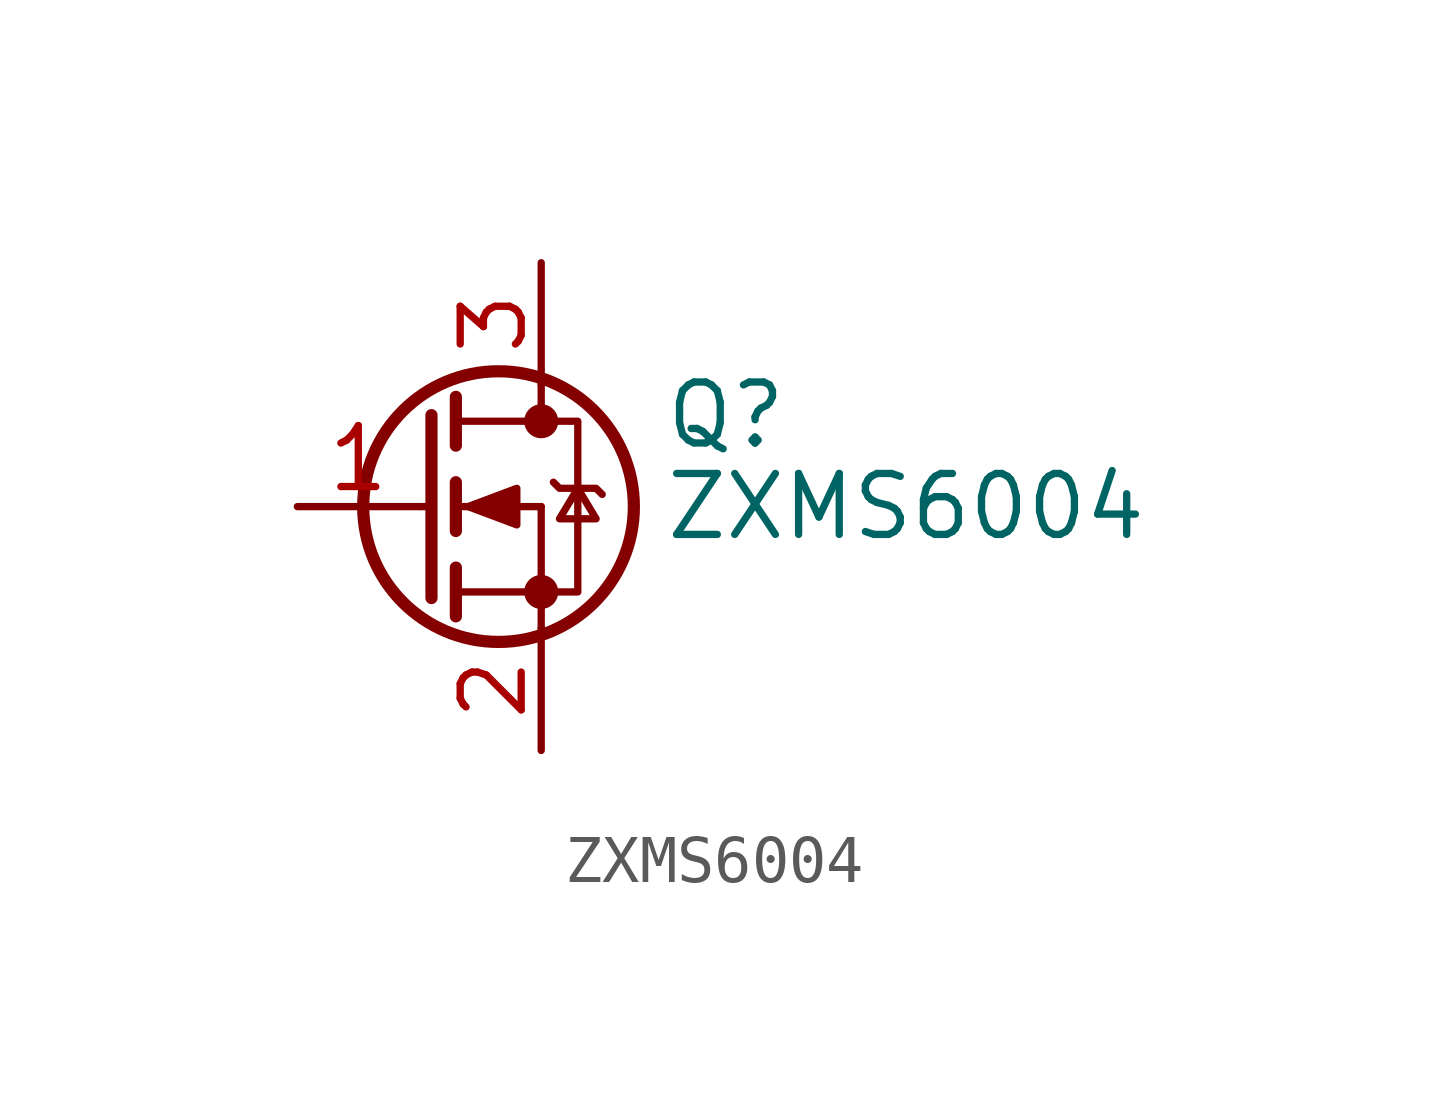
<source format=kicad_sym>
(kicad_symbol_lib
  (version 20211014)
  (generator kicad_symbol_editor)
  (symbol "ZXMS6004"
    (pin_names
      (offset 0) hide)
    (property "Reference" "Q"
      (at 2.54 1.905 0)
      (effects (font (size 1.27 1.27)) (justify left)))
    (property "Value" "ZXMS6004"
      (at 2.54 0 0)
      (effects (font (size 1.27 1.27)) (justify left)))
    (symbol "ZXMS6004_0_1"
      (circle (center -0.889 0) (radius 2.819) (stroke (width 0.254) (type default) (color 0 0 0 0)) (fill (type none)))
      (circle (center 0 -1.778) (radius 0.279) (stroke (width 0) (type default) (color 0 0 0 0)) (fill (type outline)))
      (polyline (pts (xy -2.54 0) (xy -2.286 0)) (stroke (width 0) (type default) (color 0 0 0 0)) (fill (type none)))
      (polyline (pts (xy -1.778 -1.778) (xy 0 -1.778)) (stroke (width 0) (type default) (color 0 0 0 0)) (fill (type none)))
      (polyline (pts (xy -1.778 -1.27) (xy -1.778 -2.286)) (stroke (width 0.254) (type default) (color 0 0 0 0)) (fill (type none)))
      (polyline (pts (xy -1.778 0) (xy 0 0)) (stroke (width 0) (type default) (color 0 0 0 0)) (fill (type none)))
      (polyline (pts (xy -1.778 0.508) (xy -1.778 -0.508)) (stroke (width 0.254) (type default) (color 0 0 0 0)) (fill (type none)))
      (polyline (pts (xy -1.778 1.778) (xy 0 1.778)) (stroke (width 0) (type default) (color 0 0 0 0)) (fill (type none)))
      (polyline (pts (xy -1.778 2.286) (xy -1.778 1.27)) (stroke (width 0.254) (type default) (color 0 0 0 0)) (fill (type none)))
      (polyline (pts (xy 0 -1.778) (xy 0 -2.54)) (stroke (width 0) (type default) (color 0 0 0 0)) (fill (type none)))
      (polyline (pts (xy 0 -1.778) (xy 0 0)) (stroke (width 0) (type default) (color 0 0 0 0)) (fill (type none)))
      (polyline (pts (xy 0 2.54) (xy 0 1.778)) (stroke (width 0) (type default) (color 0 0 0 0)) (fill (type none)))
      (polyline (pts (xy -2.286 1.905) (xy -2.286 -1.905) (xy -2.286 -1.905)) (stroke (width 0.254) (type default) (color 0 0 0 0)) (fill (type none)))
      (polyline (pts (xy -1.524 0) (xy -0.508 0.381) (xy -0.508 -0.381) (xy -1.524 0)) (stroke (width 0) (type default) (color 0 0 0 0)) (fill (type outline)))
      (polyline (pts (xy 0 -1.778) (xy 0.762 -1.778) (xy 0.762 1.778) (xy 0 1.778)) (stroke (width 0) (type default) (color 0 0 0 0)) (fill (type none)))
      (polyline (pts (xy 0.254 0.508) (xy 0.381 0.381) (xy 1.143 0.381) (xy 1.27 0.254)) (stroke (width 0) (type default) (color 0 0 0 0)) (fill (type none)))
      (polyline (pts (xy 0.762 0.381) (xy 0.381 -0.254) (xy 1.143 -0.254) (xy 0.762 0.381)) (stroke (width 0) (type default) (color 0 0 0 0)) (fill (type none)))
      (circle (center 0 1.778) (radius 0.279) (stroke (width 0) (type default) (color 0 0 0 0)) (fill (type outline))))
    (symbol "ZXMS6004_1_1"
      (pin input line (at -5.08 0 0) (length 2.54) (name "G" (effects (font (size 1.27 1.27)))) (number "1" (effects (font (size 1.27 1.27)))))
      (pin passive line (at 0 -5.08 90) (length 2.54) (name "S" (effects (font (size 1.27 1.27)))) (number "2" (effects (font (size 1.27 1.27)))))
      (pin passive line (at 0 5.08 270) (length 2.54) (name "D" (effects (font (size 1.27 1.27)))) (number "3" (effects (font (size 1.27 1.27))))))))
</source>
